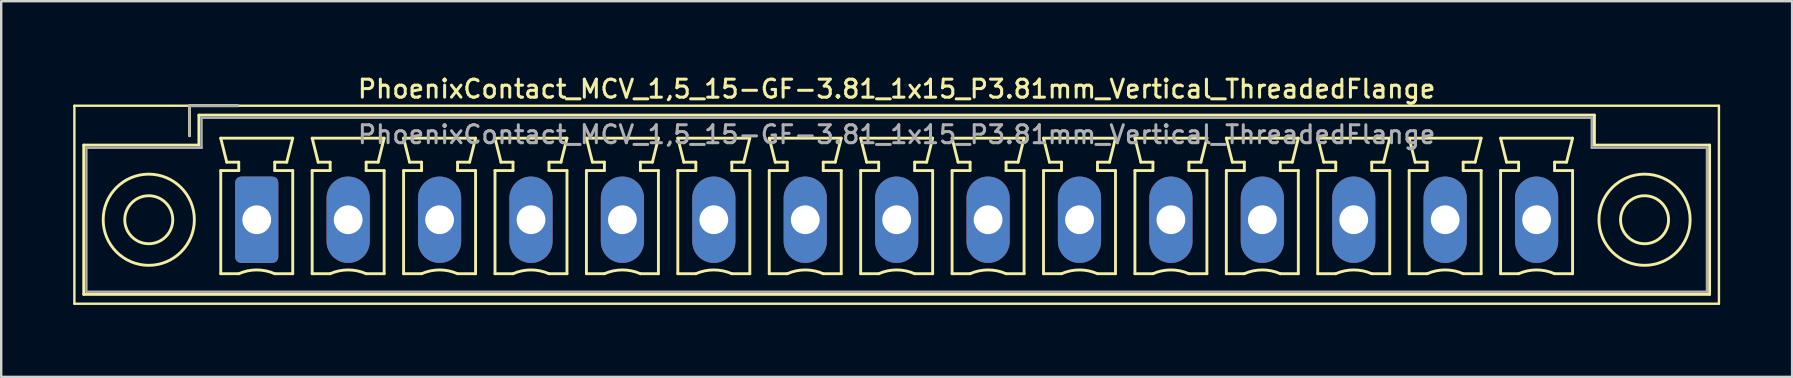
<source format=kicad_pcb>
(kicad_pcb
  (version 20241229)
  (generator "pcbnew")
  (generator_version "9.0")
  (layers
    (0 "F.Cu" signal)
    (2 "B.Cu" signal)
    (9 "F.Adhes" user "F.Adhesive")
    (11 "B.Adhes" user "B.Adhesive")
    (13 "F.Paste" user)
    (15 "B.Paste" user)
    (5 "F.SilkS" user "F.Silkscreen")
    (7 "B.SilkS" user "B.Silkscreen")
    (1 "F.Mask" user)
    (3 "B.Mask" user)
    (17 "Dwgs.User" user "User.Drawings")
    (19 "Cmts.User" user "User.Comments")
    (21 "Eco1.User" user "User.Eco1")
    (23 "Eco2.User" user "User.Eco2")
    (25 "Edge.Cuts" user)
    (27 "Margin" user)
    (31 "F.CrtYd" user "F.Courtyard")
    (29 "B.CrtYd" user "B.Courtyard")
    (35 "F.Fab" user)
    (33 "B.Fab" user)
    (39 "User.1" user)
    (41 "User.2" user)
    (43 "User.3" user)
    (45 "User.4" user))
  (footprint "PhoenixContact_MCV_1,5_15-GF-3.81_1x15_P3.81mm_Vertical_ThreadedFlange"
    (layer "F.Cu")
    (at 7.65 6.108)
    (property "Reference" "PhoenixContact_MCV_1,5_15-GF-3.81_1x15_P3.81mm_Vertical_ThreadedFlange" (at 26.67 -5.45 0) (layer "F.SilkS") (effects (font (size 0.75 0.75) (thickness 0.125))))
    (attr through_hole)
    (fp_line (start -7.6 -4.75) (end -7.6 3.5) (stroke (width 0.1) (type solid)) (layer "F.SilkS"))
    (fp_line (start -7.6 3.5) (end 60.94 3.5) (stroke (width 0.1) (type solid)) (layer "F.SilkS"))
    (fp_line (start -7.21 -3.11) (end -7.21 3.11) (stroke (width 0.12) (type solid)) (layer "F.SilkS"))
    (fp_line (start -7.21 3.11) (end 60.55 3.11) (stroke (width 0.12) (type solid)) (layer "F.SilkS"))
    (fp_line (start -2.8 -4.75) (end -0.8 -4.75) (stroke (width 0.12) (type solid)) (layer "F.SilkS"))
    (fp_line (start -2.8 -3.5) (end -2.8 -4.75) (stroke (width 0.12) (type solid)) (layer "F.SilkS"))
    (fp_line (start -2.41 -4.36) (end -2.41 -3.11) (stroke (width 0.12) (type solid)) (layer "F.SilkS"))
    (fp_line (start -2.41 -3.11) (end -7.21 -3.11) (stroke (width 0.12) (type solid)) (layer "F.SilkS"))
    (fp_line (start -1.5 -3.4) (end 1.5 -3.4) (stroke (width 0.12) (type solid)) (layer "F.SilkS"))
    (fp_line (start -1.5 -2.05) (end -0.75 -2.05) (stroke (width 0.12) (type solid)) (layer "F.SilkS"))
    (fp_line (start -1.5 2.25) (end -1.5 -2.05) (stroke (width 0.12) (type solid)) (layer "F.SilkS"))
    (fp_line (start -1.25 -2.4) (end -1.5 -3.4) (stroke (width 0.12) (type solid)) (layer "F.SilkS"))
    (fp_line (start -0.75 -2.4) (end -1.25 -2.4) (stroke (width 0.12) (type solid)) (layer "F.SilkS"))
    (fp_line (start -0.75 -2.05) (end -0.75 -2.4) (stroke (width 0.12) (type solid)) (layer "F.SilkS"))
    (fp_line (start -0.75 2.25) (end -1.5 2.25) (stroke (width 0.12) (type solid)) (layer "F.SilkS"))
    (fp_line (start 0.75 -2.4) (end 0.75 -2.05) (stroke (width 0.12) (type solid)) (layer "F.SilkS"))
    (fp_line (start 0.75 -2.05) (end 1.5 -2.05) (stroke (width 0.12) (type solid)) (layer "F.SilkS"))
    (fp_line (start 1.25 -2.4) (end 0.75 -2.4) (stroke (width 0.12) (type solid)) (layer "F.SilkS"))
    (fp_line (start 1.5 -3.4) (end 1.25 -2.4) (stroke (width 0.12) (type solid)) (layer "F.SilkS"))
    (fp_line (start 1.5 -2.05) (end 1.5 2.25) (stroke (width 0.12) (type solid)) (layer "F.SilkS"))
    (fp_line (start 1.5 2.25) (end 0.75 2.25) (stroke (width 0.12) (type solid)) (layer "F.SilkS"))
    (fp_line (start 2.31 -3.4) (end 5.31 -3.4) (stroke (width 0.12) (type solid)) (layer "F.SilkS"))
    (fp_line (start 2.31 -2.05) (end 3.06 -2.05) (stroke (width 0.12) (type solid)) (layer "F.SilkS"))
    (fp_line (start 2.31 2.25) (end 2.31 -2.05) (stroke (width 0.12) (type solid)) (layer "F.SilkS"))
    (fp_line (start 2.56 -2.4) (end 2.31 -3.4) (stroke (width 0.12) (type solid)) (layer "F.SilkS"))
    (fp_line (start 3.06 -2.4) (end 2.56 -2.4) (stroke (width 0.12) (type solid)) (layer "F.SilkS"))
    (fp_line (start 3.06 -2.05) (end 3.06 -2.4) (stroke (width 0.12) (type solid)) (layer "F.SilkS"))
    (fp_line (start 3.06 2.25) (end 2.31 2.25) (stroke (width 0.12) (type solid)) (layer "F.SilkS"))
    (fp_line (start 4.56 -2.4) (end 4.56 -2.05) (stroke (width 0.12) (type solid)) (layer "F.SilkS"))
    (fp_line (start 4.56 -2.05) (end 5.31 -2.05) (stroke (width 0.12) (type solid)) (layer "F.SilkS"))
    (fp_line (start 5.06 -2.4) (end 4.56 -2.4) (stroke (width 0.12) (type solid)) (layer "F.SilkS"))
    (fp_line (start 5.31 -3.4) (end 5.06 -2.4) (stroke (width 0.12) (type solid)) (layer "F.SilkS"))
    (fp_line (start 5.31 -2.05) (end 5.31 2.25) (stroke (width 0.12) (type solid)) (layer "F.SilkS"))
    (fp_line (start 5.31 2.25) (end 4.56 2.25) (stroke (width 0.12) (type solid)) (layer "F.SilkS"))
    (fp_line (start 6.12 -3.4) (end 9.12 -3.4) (stroke (width 0.12) (type solid)) (layer "F.SilkS"))
    (fp_line (start 6.12 -2.05) (end 6.87 -2.05) (stroke (width 0.12) (type solid)) (layer "F.SilkS"))
    (fp_line (start 6.12 2.25) (end 6.12 -2.05) (stroke (width 0.12) (type solid)) (layer "F.SilkS"))
    (fp_line (start 6.37 -2.4) (end 6.12 -3.4) (stroke (width 0.12) (type solid)) (layer "F.SilkS"))
    (fp_line (start 6.87 -2.4) (end 6.37 -2.4) (stroke (width 0.12) (type solid)) (layer "F.SilkS"))
    (fp_line (start 6.87 -2.05) (end 6.87 -2.4) (stroke (width 0.12) (type solid)) (layer "F.SilkS"))
    (fp_line (start 6.87 2.25) (end 6.12 2.25) (stroke (width 0.12) (type solid)) (layer "F.SilkS"))
    (fp_line (start 8.37 -2.4) (end 8.37 -2.05) (stroke (width 0.12) (type solid)) (layer "F.SilkS"))
    (fp_line (start 8.37 -2.05) (end 9.12 -2.05) (stroke (width 0.12) (type solid)) (layer "F.SilkS"))
    (fp_line (start 8.87 -2.4) (end 8.37 -2.4) (stroke (width 0.12) (type solid)) (layer "F.SilkS"))
    (fp_line (start 9.12 -3.4) (end 8.87 -2.4) (stroke (width 0.12) (type solid)) (layer "F.SilkS"))
    (fp_line (start 9.12 -2.05) (end 9.12 2.25) (stroke (width 0.12) (type solid)) (layer "F.SilkS"))
    (fp_line (start 9.12 2.25) (end 8.37 2.25) (stroke (width 0.12) (type solid)) (layer "F.SilkS"))
    (fp_line (start 9.93 -3.4) (end 12.93 -3.4) (stroke (width 0.12) (type solid)) (layer "F.SilkS"))
    (fp_line (start 9.93 -2.05) (end 10.68 -2.05) (stroke (width 0.12) (type solid)) (layer "F.SilkS"))
    (fp_line (start 9.93 2.25) (end 9.93 -2.05) (stroke (width 0.12) (type solid)) (layer "F.SilkS"))
    (fp_line (start 10.18 -2.4) (end 9.93 -3.4) (stroke (width 0.12) (type solid)) (layer "F.SilkS"))
    (fp_line (start 10.68 -2.4) (end 10.18 -2.4) (stroke (width 0.12) (type solid)) (layer "F.SilkS"))
    (fp_line (start 10.68 -2.05) (end 10.68 -2.4) (stroke (width 0.12) (type solid)) (layer "F.SilkS"))
    (fp_line (start 10.68 2.25) (end 9.93 2.25) (stroke (width 0.12) (type solid)) (layer "F.SilkS"))
    (fp_line (start 12.18 -2.4) (end 12.18 -2.05) (stroke (width 0.12) (type solid)) (layer "F.SilkS"))
    (fp_line (start 12.18 -2.05) (end 12.93 -2.05) (stroke (width 0.12) (type solid)) (layer "F.SilkS"))
    (fp_line (start 12.68 -2.4) (end 12.18 -2.4) (stroke (width 0.12) (type solid)) (layer "F.SilkS"))
    (fp_line (start 12.93 -3.4) (end 12.68 -2.4) (stroke (width 0.12) (type solid)) (layer "F.SilkS"))
    (fp_line (start 12.93 -2.05) (end 12.93 2.25) (stroke (width 0.12) (type solid)) (layer "F.SilkS"))
    (fp_line (start 12.93 2.25) (end 12.18 2.25) (stroke (width 0.12) (type solid)) (layer "F.SilkS"))
    (fp_line (start 13.74 -3.4) (end 16.74 -3.4) (stroke (width 0.12) (type solid)) (layer "F.SilkS"))
    (fp_line (start 13.74 -2.05) (end 14.49 -2.05) (stroke (width 0.12) (type solid)) (layer "F.SilkS"))
    (fp_line (start 13.74 2.25) (end 13.74 -2.05) (stroke (width 0.12) (type solid)) (layer "F.SilkS"))
    (fp_line (start 13.99 -2.4) (end 13.74 -3.4) (stroke (width 0.12) (type solid)) (layer "F.SilkS"))
    (fp_line (start 14.49 -2.4) (end 13.99 -2.4) (stroke (width 0.12) (type solid)) (layer "F.SilkS"))
    (fp_line (start 14.49 -2.05) (end 14.49 -2.4) (stroke (width 0.12) (type solid)) (layer "F.SilkS"))
    (fp_line (start 14.49 2.25) (end 13.74 2.25) (stroke (width 0.12) (type solid)) (layer "F.SilkS"))
    (fp_line (start 15.99 -2.4) (end 15.99 -2.05) (stroke (width 0.12) (type solid)) (layer "F.SilkS"))
    (fp_line (start 15.99 -2.05) (end 16.74 -2.05) (stroke (width 0.12) (type solid)) (layer "F.SilkS"))
    (fp_line (start 16.49 -2.4) (end 15.99 -2.4) (stroke (width 0.12) (type solid)) (layer "F.SilkS"))
    (fp_line (start 16.74 -3.4) (end 16.49 -2.4) (stroke (width 0.12) (type solid)) (layer "F.SilkS"))
    (fp_line (start 16.74 -2.05) (end 16.74 2.25) (stroke (width 0.12) (type solid)) (layer "F.SilkS"))
    (fp_line (start 16.74 2.25) (end 15.99 2.25) (stroke (width 0.12) (type solid)) (layer "F.SilkS"))
    (fp_line (start 17.55 -3.4) (end 20.55 -3.4) (stroke (width 0.12) (type solid)) (layer "F.SilkS"))
    (fp_line (start 17.55 -2.05) (end 18.3 -2.05) (stroke (width 0.12) (type solid)) (layer "F.SilkS"))
    (fp_line (start 17.55 2.25) (end 17.55 -2.05) (stroke (width 0.12) (type solid)) (layer "F.SilkS"))
    (fp_line (start 17.8 -2.4) (end 17.55 -3.4) (stroke (width 0.12) (type solid)) (layer "F.SilkS"))
    (fp_line (start 18.3 -2.4) (end 17.8 -2.4) (stroke (width 0.12) (type solid)) (layer "F.SilkS"))
    (fp_line (start 18.3 -2.05) (end 18.3 -2.4) (stroke (width 0.12) (type solid)) (layer "F.SilkS"))
    (fp_line (start 18.3 2.25) (end 17.55 2.25) (stroke (width 0.12) (type solid)) (layer "F.SilkS"))
    (fp_line (start 19.8 -2.4) (end 19.8 -2.05) (stroke (width 0.12) (type solid)) (layer "F.SilkS"))
    (fp_line (start 19.8 -2.05) (end 20.55 -2.05) (stroke (width 0.12) (type solid)) (layer "F.SilkS"))
    (fp_line (start 20.3 -2.4) (end 19.8 -2.4) (stroke (width 0.12) (type solid)) (layer "F.SilkS"))
    (fp_line (start 20.55 -3.4) (end 20.3 -2.4) (stroke (width 0.12) (type solid)) (layer "F.SilkS"))
    (fp_line (start 20.55 -2.05) (end 20.55 2.25) (stroke (width 0.12) (type solid)) (layer "F.SilkS"))
    (fp_line (start 20.55 2.25) (end 19.8 2.25) (stroke (width 0.12) (type solid)) (layer "F.SilkS"))
    (fp_line (start 21.36 -3.4) (end 24.36 -3.4) (stroke (width 0.12) (type solid)) (layer "F.SilkS"))
    (fp_line (start 21.36 -2.05) (end 22.11 -2.05) (stroke (width 0.12) (type solid)) (layer "F.SilkS"))
    (fp_line (start 21.36 2.25) (end 21.36 -2.05) (stroke (width 0.12) (type solid)) (layer "F.SilkS"))
    (fp_line (start 21.61 -2.4) (end 21.36 -3.4) (stroke (width 0.12) (type solid)) (layer "F.SilkS"))
    (fp_line (start 22.11 -2.4) (end 21.61 -2.4) (stroke (width 0.12) (type solid)) (layer "F.SilkS"))
    (fp_line (start 22.11 -2.05) (end 22.11 -2.4) (stroke (width 0.12) (type solid)) (layer "F.SilkS"))
    (fp_line (start 22.11 2.25) (end 21.36 2.25) (stroke (width 0.12) (type solid)) (layer "F.SilkS"))
    (fp_line (start 23.61 -2.4) (end 23.61 -2.05) (stroke (width 0.12) (type solid)) (layer "F.SilkS"))
    (fp_line (start 23.61 -2.05) (end 24.36 -2.05) (stroke (width 0.12) (type solid)) (layer "F.SilkS"))
    (fp_line (start 24.11 -2.4) (end 23.61 -2.4) (stroke (width 0.12) (type solid)) (layer "F.SilkS"))
    (fp_line (start 24.36 -3.4) (end 24.11 -2.4) (stroke (width 0.12) (type solid)) (layer "F.SilkS"))
    (fp_line (start 24.36 -2.05) (end 24.36 2.25) (stroke (width 0.12) (type solid)) (layer "F.SilkS"))
    (fp_line (start 24.36 2.25) (end 23.61 2.25) (stroke (width 0.12) (type solid)) (layer "F.SilkS"))
    (fp_line (start 25.17 -3.4) (end 28.17 -3.4) (stroke (width 0.12) (type solid)) (layer "F.SilkS"))
    (fp_line (start 25.17 -2.05) (end 25.92 -2.05) (stroke (width 0.12) (type solid)) (layer "F.SilkS"))
    (fp_line (start 25.17 2.25) (end 25.17 -2.05) (stroke (width 0.12) (type solid)) (layer "F.SilkS"))
    (fp_line (start 25.42 -2.4) (end 25.17 -3.4) (stroke (width 0.12) (type solid)) (layer "F.SilkS"))
    (fp_line (start 25.92 -2.4) (end 25.42 -2.4) (stroke (width 0.12) (type solid)) (layer "F.SilkS"))
    (fp_line (start 25.92 -2.05) (end 25.92 -2.4) (stroke (width 0.12) (type solid)) (layer "F.SilkS"))
    (fp_line (start 25.92 2.25) (end 25.17 2.25) (stroke (width 0.12) (type solid)) (layer "F.SilkS"))
    (fp_line (start 27.42 -2.4) (end 27.42 -2.05) (stroke (width 0.12) (type solid)) (layer "F.SilkS"))
    (fp_line (start 27.42 -2.05) (end 28.17 -2.05) (stroke (width 0.12) (type solid)) (layer "F.SilkS"))
    (fp_line (start 27.92 -2.4) (end 27.42 -2.4) (stroke (width 0.12) (type solid)) (layer "F.SilkS"))
    (fp_line (start 28.17 -3.4) (end 27.92 -2.4) (stroke (width 0.12) (type solid)) (layer "F.SilkS"))
    (fp_line (start 28.17 -2.05) (end 28.17 2.25) (stroke (width 0.12) (type solid)) (layer "F.SilkS"))
    (fp_line (start 28.17 2.25) (end 27.42 2.25) (stroke (width 0.12) (type solid)) (layer "F.SilkS"))
    (fp_line (start 28.98 -3.4) (end 31.98 -3.4) (stroke (width 0.12) (type solid)) (layer "F.SilkS"))
    (fp_line (start 28.98 -2.05) (end 29.73 -2.05) (stroke (width 0.12) (type solid)) (layer "F.SilkS"))
    (fp_line (start 28.98 2.25) (end 28.98 -2.05) (stroke (width 0.12) (type solid)) (layer "F.SilkS"))
    (fp_line (start 29.23 -2.4) (end 28.98 -3.4) (stroke (width 0.12) (type solid)) (layer "F.SilkS"))
    (fp_line (start 29.73 -2.4) (end 29.23 -2.4) (stroke (width 0.12) (type solid)) (layer "F.SilkS"))
    (fp_line (start 29.73 -2.05) (end 29.73 -2.4) (stroke (width 0.12) (type solid)) (layer "F.SilkS"))
    (fp_line (start 29.73 2.25) (end 28.98 2.25) (stroke (width 0.12) (type solid)) (layer "F.SilkS"))
    (fp_line (start 31.23 -2.4) (end 31.23 -2.05) (stroke (width 0.12) (type solid)) (layer "F.SilkS"))
    (fp_line (start 31.23 -2.05) (end 31.98 -2.05) (stroke (width 0.12) (type solid)) (layer "F.SilkS"))
    (fp_line (start 31.73 -2.4) (end 31.23 -2.4) (stroke (width 0.12) (type solid)) (layer "F.SilkS"))
    (fp_line (start 31.98 -3.4) (end 31.73 -2.4) (stroke (width 0.12) (type solid)) (layer "F.SilkS"))
    (fp_line (start 31.98 -2.05) (end 31.98 2.25) (stroke (width 0.12) (type solid)) (layer "F.SilkS"))
    (fp_line (start 31.98 2.25) (end 31.23 2.25) (stroke (width 0.12) (type solid)) (layer "F.SilkS"))
    (fp_line (start 32.79 -3.4) (end 35.79 -3.4) (stroke (width 0.12) (type solid)) (layer "F.SilkS"))
    (fp_line (start 32.79 -2.05) (end 33.54 -2.05) (stroke (width 0.12) (type solid)) (layer "F.SilkS"))
    (fp_line (start 32.79 2.25) (end 32.79 -2.05) (stroke (width 0.12) (type solid)) (layer "F.SilkS"))
    (fp_line (start 33.04 -2.4) (end 32.79 -3.4) (stroke (width 0.12) (type solid)) (layer "F.SilkS"))
    (fp_line (start 33.54 -2.4) (end 33.04 -2.4) (stroke (width 0.12) (type solid)) (layer "F.SilkS"))
    (fp_line (start 33.54 -2.05) (end 33.54 -2.4) (stroke (width 0.12) (type solid)) (layer "F.SilkS"))
    (fp_line (start 33.54 2.25) (end 32.79 2.25) (stroke (width 0.12) (type solid)) (layer "F.SilkS"))
    (fp_line (start 35.04 -2.4) (end 35.04 -2.05) (stroke (width 0.12) (type solid)) (layer "F.SilkS"))
    (fp_line (start 35.04 -2.05) (end 35.79 -2.05) (stroke (width 0.12) (type solid)) (layer "F.SilkS"))
    (fp_line (start 35.54 -2.4) (end 35.04 -2.4) (stroke (width 0.12) (type solid)) (layer "F.SilkS"))
    (fp_line (start 35.79 -3.4) (end 35.54 -2.4) (stroke (width 0.12) (type solid)) (layer "F.SilkS"))
    (fp_line (start 35.79 -2.05) (end 35.79 2.25) (stroke (width 0.12) (type solid)) (layer "F.SilkS"))
    (fp_line (start 35.79 2.25) (end 35.04 2.25) (stroke (width 0.12) (type solid)) (layer "F.SilkS"))
    (fp_line (start 36.6 -3.4) (end 39.6 -3.4) (stroke (width 0.12) (type solid)) (layer "F.SilkS"))
    (fp_line (start 36.6 -2.05) (end 37.35 -2.05) (stroke (width 0.12) (type solid)) (layer "F.SilkS"))
    (fp_line (start 36.6 2.25) (end 36.6 -2.05) (stroke (width 0.12) (type solid)) (layer "F.SilkS"))
    (fp_line (start 36.85 -2.4) (end 36.6 -3.4) (stroke (width 0.12) (type solid)) (layer "F.SilkS"))
    (fp_line (start 37.35 -2.4) (end 36.85 -2.4) (stroke (width 0.12) (type solid)) (layer "F.SilkS"))
    (fp_line (start 37.35 -2.05) (end 37.35 -2.4) (stroke (width 0.12) (type solid)) (layer "F.SilkS"))
    (fp_line (start 37.35 2.25) (end 36.6 2.25) (stroke (width 0.12) (type solid)) (layer "F.SilkS"))
    (fp_line (start 38.85 -2.4) (end 38.85 -2.05) (stroke (width 0.12) (type solid)) (layer "F.SilkS"))
    (fp_line (start 38.85 -2.05) (end 39.6 -2.05) (stroke (width 0.12) (type solid)) (layer "F.SilkS"))
    (fp_line (start 39.35 -2.4) (end 38.85 -2.4) (stroke (width 0.12) (type solid)) (layer "F.SilkS"))
    (fp_line (start 39.6 -3.4) (end 39.35 -2.4) (stroke (width 0.12) (type solid)) (layer "F.SilkS"))
    (fp_line (start 39.6 -2.05) (end 39.6 2.25) (stroke (width 0.12) (type solid)) (layer "F.SilkS"))
    (fp_line (start 39.6 2.25) (end 38.85 2.25) (stroke (width 0.12) (type solid)) (layer "F.SilkS"))
    (fp_line (start 40.41 -3.4) (end 43.41 -3.4) (stroke (width 0.12) (type solid)) (layer "F.SilkS"))
    (fp_line (start 40.41 -2.05) (end 41.16 -2.05) (stroke (width 0.12) (type solid)) (layer "F.SilkS"))
    (fp_line (start 40.41 2.25) (end 40.41 -2.05) (stroke (width 0.12) (type solid)) (layer "F.SilkS"))
    (fp_line (start 40.66 -2.4) (end 40.41 -3.4) (stroke (width 0.12) (type solid)) (layer "F.SilkS"))
    (fp_line (start 41.16 -2.4) (end 40.66 -2.4) (stroke (width 0.12) (type solid)) (layer "F.SilkS"))
    (fp_line (start 41.16 -2.05) (end 41.16 -2.4) (stroke (width 0.12) (type solid)) (layer "F.SilkS"))
    (fp_line (start 41.16 2.25) (end 40.41 2.25) (stroke (width 0.12) (type solid)) (layer "F.SilkS"))
    (fp_line (start 42.66 -2.4) (end 42.66 -2.05) (stroke (width 0.12) (type solid)) (layer "F.SilkS"))
    (fp_line (start 42.66 -2.05) (end 43.41 -2.05) (stroke (width 0.12) (type solid)) (layer "F.SilkS"))
    (fp_line (start 43.16 -2.4) (end 42.66 -2.4) (stroke (width 0.12) (type solid)) (layer "F.SilkS"))
    (fp_line (start 43.41 -3.4) (end 43.16 -2.4) (stroke (width 0.12) (type solid)) (layer "F.SilkS"))
    (fp_line (start 43.41 -2.05) (end 43.41 2.25) (stroke (width 0.12) (type solid)) (layer "F.SilkS"))
    (fp_line (start 43.41 2.25) (end 42.66 2.25) (stroke (width 0.12) (type solid)) (layer "F.SilkS"))
    (fp_line (start 44.22 -3.4) (end 47.22 -3.4) (stroke (width 0.12) (type solid)) (layer "F.SilkS"))
    (fp_line (start 44.22 -2.05) (end 44.97 -2.05) (stroke (width 0.12) (type solid)) (layer "F.SilkS"))
    (fp_line (start 44.22 2.25) (end 44.22 -2.05) (stroke (width 0.12) (type solid)) (layer "F.SilkS"))
    (fp_line (start 44.47 -2.4) (end 44.22 -3.4) (stroke (width 0.12) (type solid)) (layer "F.SilkS"))
    (fp_line (start 44.97 -2.4) (end 44.47 -2.4) (stroke (width 0.12) (type solid)) (layer "F.SilkS"))
    (fp_line (start 44.97 -2.05) (end 44.97 -2.4) (stroke (width 0.12) (type solid)) (layer "F.SilkS"))
    (fp_line (start 44.97 2.25) (end 44.22 2.25) (stroke (width 0.12) (type solid)) (layer "F.SilkS"))
    (fp_line (start 46.47 -2.4) (end 46.47 -2.05) (stroke (width 0.12) (type solid)) (layer "F.SilkS"))
    (fp_line (start 46.47 -2.05) (end 47.22 -2.05) (stroke (width 0.12) (type solid)) (layer "F.SilkS"))
    (fp_line (start 46.97 -2.4) (end 46.47 -2.4) (stroke (width 0.12) (type solid)) (layer "F.SilkS"))
    (fp_line (start 47.22 -3.4) (end 46.97 -2.4) (stroke (width 0.12) (type solid)) (layer "F.SilkS"))
    (fp_line (start 47.22 -2.05) (end 47.22 2.25) (stroke (width 0.12) (type solid)) (layer "F.SilkS"))
    (fp_line (start 47.22 2.25) (end 46.47 2.25) (stroke (width 0.12) (type solid)) (layer "F.SilkS"))
    (fp_line (start 48.03 -3.4) (end 51.03 -3.4) (stroke (width 0.12) (type solid)) (layer "F.SilkS"))
    (fp_line (start 48.03 -2.05) (end 48.78 -2.05) (stroke (width 0.12) (type solid)) (layer "F.SilkS"))
    (fp_line (start 48.03 2.25) (end 48.03 -2.05) (stroke (width 0.12) (type solid)) (layer "F.SilkS"))
    (fp_line (start 48.28 -2.4) (end 48.03 -3.4) (stroke (width 0.12) (type solid)) (layer "F.SilkS"))
    (fp_line (start 48.78 -2.4) (end 48.28 -2.4) (stroke (width 0.12) (type solid)) (layer "F.SilkS"))
    (fp_line (start 48.78 -2.05) (end 48.78 -2.4) (stroke (width 0.12) (type solid)) (layer "F.SilkS"))
    (fp_line (start 48.78 2.25) (end 48.03 2.25) (stroke (width 0.12) (type solid)) (layer "F.SilkS"))
    (fp_line (start 50.28 -2.4) (end 50.28 -2.05) (stroke (width 0.12) (type solid)) (layer "F.SilkS"))
    (fp_line (start 50.28 -2.05) (end 51.03 -2.05) (stroke (width 0.12) (type solid)) (layer "F.SilkS"))
    (fp_line (start 50.78 -2.4) (end 50.28 -2.4) (stroke (width 0.12) (type solid)) (layer "F.SilkS"))
    (fp_line (start 51.03 -3.4) (end 50.78 -2.4) (stroke (width 0.12) (type solid)) (layer "F.SilkS"))
    (fp_line (start 51.03 -2.05) (end 51.03 2.25) (stroke (width 0.12) (type solid)) (layer "F.SilkS"))
    (fp_line (start 51.03 2.25) (end 50.28 2.25) (stroke (width 0.12) (type solid)) (layer "F.SilkS"))
    (fp_line (start 51.84 -3.4) (end 54.84 -3.4) (stroke (width 0.12) (type solid)) (layer "F.SilkS"))
    (fp_line (start 51.84 -2.05) (end 52.59 -2.05) (stroke (width 0.12) (type solid)) (layer "F.SilkS"))
    (fp_line (start 51.84 2.25) (end 51.84 -2.05) (stroke (width 0.12) (type solid)) (layer "F.SilkS"))
    (fp_line (start 52.09 -2.4) (end 51.84 -3.4) (stroke (width 0.12) (type solid)) (layer "F.SilkS"))
    (fp_line (start 52.59 -2.4) (end 52.09 -2.4) (stroke (width 0.12) (type solid)) (layer "F.SilkS"))
    (fp_line (start 52.59 -2.05) (end 52.59 -2.4) (stroke (width 0.12) (type solid)) (layer "F.SilkS"))
    (fp_line (start 52.59 2.25) (end 51.84 2.25) (stroke (width 0.12) (type solid)) (layer "F.SilkS"))
    (fp_line (start 54.09 -2.4) (end 54.09 -2.05) (stroke (width 0.12) (type solid)) (layer "F.SilkS"))
    (fp_line (start 54.09 -2.05) (end 54.84 -2.05) (stroke (width 0.12) (type solid)) (layer "F.SilkS"))
    (fp_line (start 54.59 -2.4) (end 54.09 -2.4) (stroke (width 0.12) (type solid)) (layer "F.SilkS"))
    (fp_line (start 54.84 -3.4) (end 54.59 -2.4) (stroke (width 0.12) (type solid)) (layer "F.SilkS"))
    (fp_line (start 54.84 -2.05) (end 54.84 2.25) (stroke (width 0.12) (type solid)) (layer "F.SilkS"))
    (fp_line (start 54.84 2.25) (end 54.09 2.25) (stroke (width 0.12) (type solid)) (layer "F.SilkS"))
    (fp_line (start 55.75 -4.36) (end -2.41 -4.36) (stroke (width 0.12) (type solid)) (layer "F.SilkS"))
    (fp_line (start 55.75 -3.11) (end 55.75 -4.36) (stroke (width 0.12) (type solid)) (layer "F.SilkS"))
    (fp_line (start 60.55 -3.11) (end 55.75 -3.11) (stroke (width 0.12) (type solid)) (layer "F.SilkS"))
    (fp_line (start 60.55 3.11) (end 60.55 -3.11) (stroke (width 0.12) (type solid)) (layer "F.SilkS"))
    (fp_line (start 60.94 -4.75) (end -7.6 -4.75) (stroke (width 0.1) (type solid)) (layer "F.SilkS"))
    (fp_line (start 60.94 3.5) (end 60.94 -4.75) (stroke (width 0.1) (type solid)) (layer "F.SilkS"))
    (fp_arc (start -0.75 2.25) (mid -0.000193 2.09191) (end 0.749647 2.249844) (stroke (width 0.12) (type solid)) (layer "F.SilkS"))
    (fp_arc (start 3.06 2.25) (mid 3.809807 2.09191) (end 4.559647 2.249844) (stroke (width 0.12) (type solid)) (layer "F.SilkS"))
    (fp_arc (start 6.87 2.25) (mid 7.619807 2.09191) (end 8.369647 2.249844) (stroke (width 0.12) (type solid)) (layer "F.SilkS"))
    (fp_arc (start 10.68 2.25) (mid 11.429807 2.09191) (end 12.179647 2.249844) (stroke (width 0.12) (type solid)) (layer "F.SilkS"))
    (fp_arc (start 14.49 2.25) (mid 15.239807 2.09191) (end 15.989647 2.249844) (stroke (width 0.12) (type solid)) (layer "F.SilkS"))
    (fp_arc (start 18.3 2.25) (mid 19.049807 2.09191) (end 19.799647 2.249844) (stroke (width 0.12) (type solid)) (layer "F.SilkS"))
    (fp_arc (start 22.11 2.25) (mid 22.859807 2.09191) (end 23.609647 2.249844) (stroke (width 0.12) (type solid)) (layer "F.SilkS"))
    (fp_arc (start 25.92 2.25) (mid 26.669807 2.09191) (end 27.419647 2.249844) (stroke (width 0.12) (type solid)) (layer "F.SilkS"))
    (fp_arc (start 29.73 2.25) (mid 30.479807 2.09191) (end 31.229647 2.249844) (stroke (width 0.12) (type solid)) (layer "F.SilkS"))
    (fp_arc (start 33.54 2.25) (mid 34.289807 2.09191) (end 35.039647 2.249844) (stroke (width 0.12) (type solid)) (layer "F.SilkS"))
    (fp_arc (start 37.35 2.25) (mid 38.099807 2.09191) (end 38.849647 2.249844) (stroke (width 0.12) (type solid)) (layer "F.SilkS"))
    (fp_arc (start 41.16 2.25) (mid 41.909807 2.09191) (end 42.659647 2.249844) (stroke (width 0.12) (type solid)) (layer "F.SilkS"))
    (fp_arc (start 44.97 2.25) (mid 45.719807 2.09191) (end 46.469647 2.249844) (stroke (width 0.12) (type solid)) (layer "F.SilkS"))
    (fp_arc (start 48.78 2.25) (mid 49.529807 2.09191) (end 50.279647 2.249844) (stroke (width 0.12) (type solid)) (layer "F.SilkS"))
    (fp_arc (start 52.59 2.25) (mid 53.339807 2.09191) (end 54.089647 2.249844) (stroke (width 0.12) (type solid)) (layer "F.SilkS"))
    (fp_circle (center -4.5 0) (end -3.5 0) (stroke (width 0.12) (type solid)) (fill no) (layer "F.SilkS"))
    (fp_circle (center -4.5 0) (end -2.6 0) (stroke (width 0.12) (type solid)) (fill no) (layer "F.SilkS"))
    (fp_circle (center 57.84 0) (end 58.84 0) (stroke (width 0.12) (type solid)) (fill no) (layer "F.SilkS"))
    (fp_circle (center 57.84 0) (end 59.74 0) (stroke (width 0.12) (type solid)) (fill no) (layer "F.SilkS"))
    (fp_line (start -7.1 -3) (end -7.1 3) (stroke (width 0.1) (type solid)) (layer "F.Fab"))
    (fp_line (start -7.1 3) (end 60.44 3) (stroke (width 0.1) (type solid)) (layer "F.Fab"))
    (fp_line (start -2.8 -4.75) (end -0.8 -4.75) (stroke (width 0.1) (type solid)) (layer "F.Fab"))
    (fp_line (start -2.8 -3.5) (end -2.8 -4.75) (stroke (width 0.1) (type solid)) (layer "F.Fab"))
    (fp_line (start -2.3 -4.25) (end -2.3 -3) (stroke (width 0.1) (type solid)) (layer "F.Fab"))
    (fp_line (start -2.3 -3) (end -7.1 -3) (stroke (width 0.1) (type solid)) (layer "F.Fab"))
    (fp_line (start 55.64 -4.25) (end -2.3 -4.25) (stroke (width 0.1) (type solid)) (layer "F.Fab"))
    (fp_line (start 55.64 -3) (end 55.64 -4.25) (stroke (width 0.1) (type solid)) (layer "F.Fab"))
    (fp_line (start 60.44 -3) (end 55.64 -3) (stroke (width 0.1) (type solid)) (layer "F.Fab"))
    (fp_line (start 60.44 3) (end 60.44 -3) (stroke (width 0.1) (type solid)) (layer "F.Fab"))
    (fp_text user "${REFERENCE}" (at 26.67 -3.55 0) (layer "F.Fab") (effects (font (size 0.75 0.75) (thickness 0.125))))
    (pad "1" thru_hole roundrect (at 0 0) (size 1.8 3.6) (drill 1.2) (layers "*.Cu" "*.Mask") (roundrect_rratio 0.139))
    (pad "2" thru_hole oval (at 3.81 0) (size 1.8 3.6) (drill 1.2) (layers "*.Cu" "*.Mask"))
    (pad "3" thru_hole oval (at 7.62 0) (size 1.8 3.6) (drill 1.2) (layers "*.Cu" "*.Mask"))
    (pad "4" thru_hole oval (at 11.43 0) (size 1.8 3.6) (drill 1.2) (layers "*.Cu" "*.Mask"))
    (pad "5" thru_hole oval (at 15.24 0) (size 1.8 3.6) (drill 1.2) (layers "*.Cu" "*.Mask"))
    (pad "6" thru_hole oval (at 19.05 0) (size 1.8 3.6) (drill 1.2) (layers "*.Cu" "*.Mask"))
    (pad "7" thru_hole oval (at 22.86 0) (size 1.8 3.6) (drill 1.2) (layers "*.Cu" "*.Mask"))
    (pad "8" thru_hole oval (at 26.67 0) (size 1.8 3.6) (drill 1.2) (layers "*.Cu" "*.Mask"))
    (pad "9" thru_hole oval (at 30.48 0) (size 1.8 3.6) (drill 1.2) (layers "*.Cu" "*.Mask"))
    (pad "10" thru_hole oval (at 34.29 0) (size 1.8 3.6) (drill 1.2) (layers "*.Cu" "*.Mask"))
    (pad "11" thru_hole oval (at 38.1 0) (size 1.8 3.6) (drill 1.2) (layers "*.Cu" "*.Mask"))
    (pad "12" thru_hole oval (at 41.91 0) (size 1.8 3.6) (drill 1.2) (layers "*.Cu" "*.Mask"))
    (pad "13" thru_hole oval (at 45.72 0) (size 1.8 3.6) (drill 1.2) (layers "*.Cu" "*.Mask"))
    (pad "14" thru_hole oval (at 49.53 0) (size 1.8 3.6) (drill 1.2) (layers "*.Cu" "*.Mask"))
    (pad "15" thru_hole oval (at 53.34 0) (size 1.8 3.6) (drill 1.2) (layers "*.Cu" "*.Mask")))
  (gr_rect
    (start -3 -3)
    (end 71.64 12.658)
    (stroke (width 0.1) (type default))
    (fill no)
    (layer "Edge.Cuts")))
</source>
